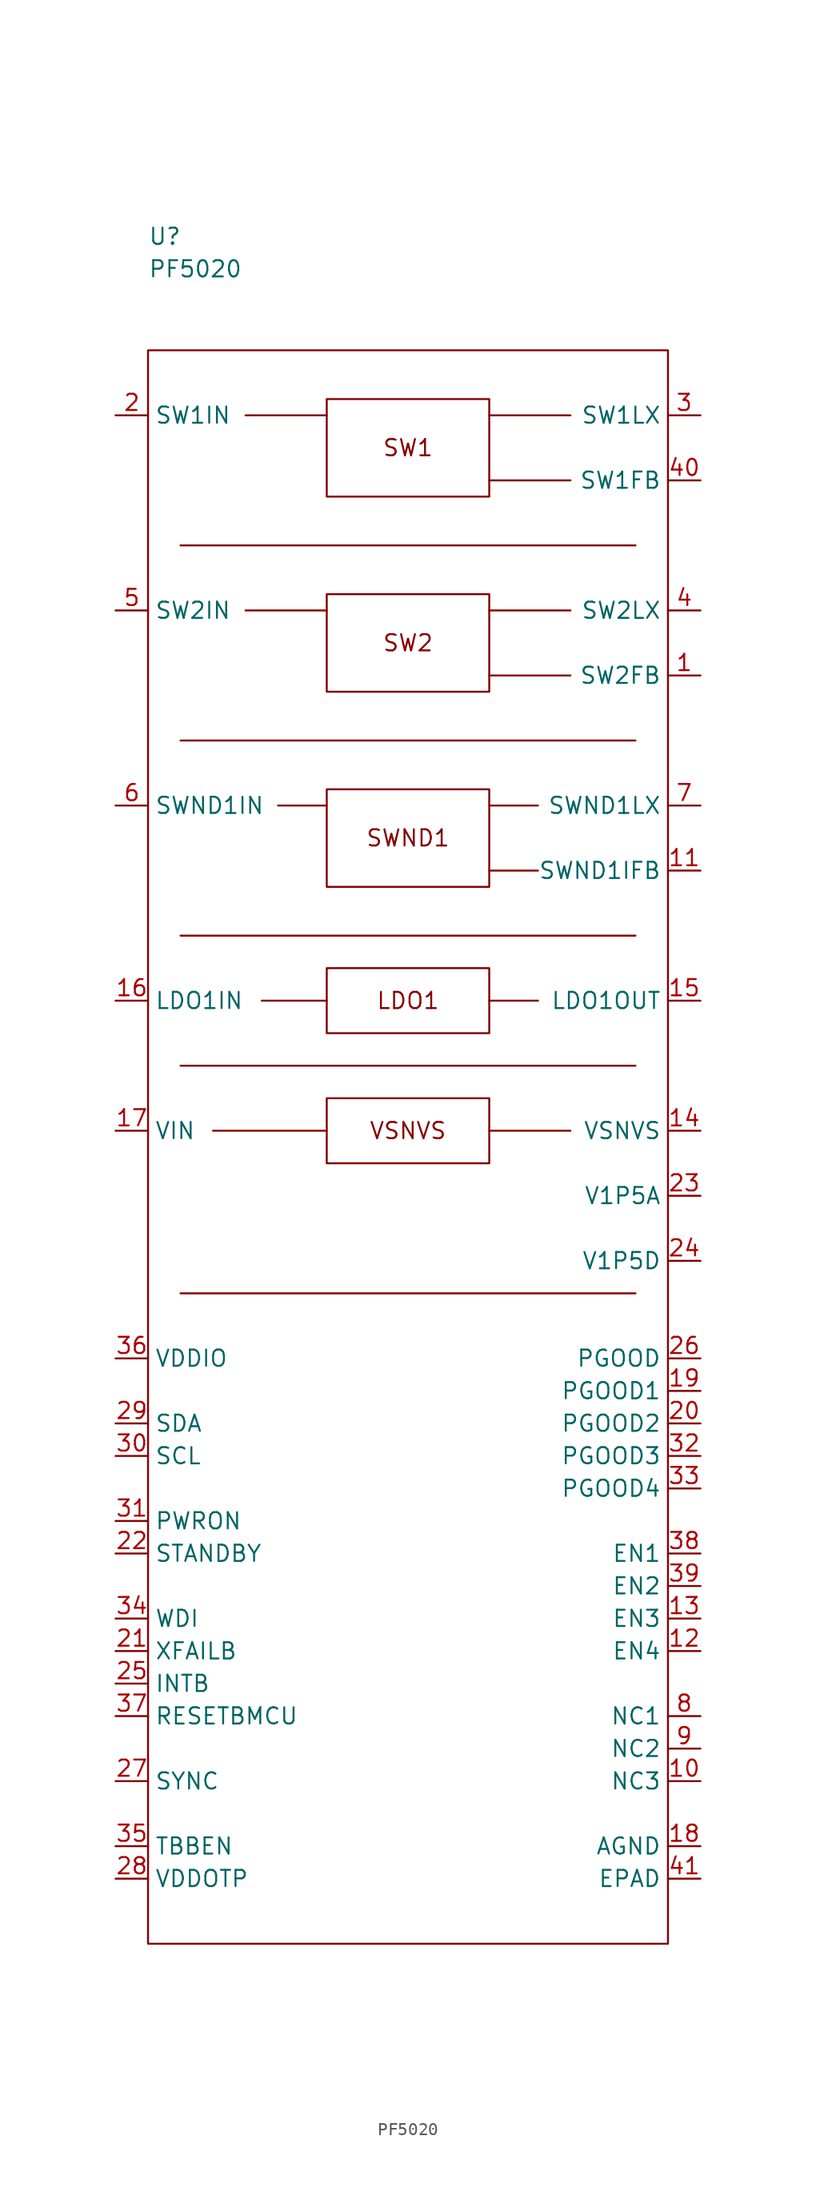
<source format=kicad_sym>
(kicad_symbol_lib
  (version 20211014)
  (generator kicad_symbol_editor)
  (symbol "PF5020"
    (property "Reference" "U"
      (at 0 8.89 0)
      (effects (font (size 1.27 1.27)) (justify left)))
    (property "Value" "PF5020"
      (at 0 6.35 0)
      (effects (font (size 1.27 1.27)) (justify left)))
    (symbol "PF5020_0_0"
      (polyline (pts (xy 2.54 -73.66) (xy 38.1 -73.66)) (stroke (width 0.152) (type default) (color 0 0 0 0)) (fill (type none)))
      (polyline (pts (xy 2.54 -55.88) (xy 38.1 -55.88)) (stroke (width 0.152) (type default) (color 0 0 0 0)) (fill (type none)))
      (polyline (pts (xy 2.54 -45.72) (xy 38.1 -45.72)) (stroke (width 0.152) (type default) (color 0 0 0 0)) (fill (type none)))
      (polyline (pts (xy 2.54 -30.48) (xy 38.1 -30.48)) (stroke (width 0.152) (type default) (color 0 0 0 0)) (fill (type none)))
      (polyline (pts (xy 2.54 -15.24) (xy 38.1 -15.24)) (stroke (width 0.152) (type default) (color 0 0 0 0)) (fill (type none)))
      (polyline (pts (xy 7.62 -20.32) (xy 13.97 -20.32)) (stroke (width 0.152) (type default) (color 0 0 0 0)) (fill (type none)))
      (polyline (pts (xy 7.62 -5.08) (xy 13.97 -5.08)) (stroke (width 0.152) (type default) (color 0 0 0 0)) (fill (type none)))
      (polyline (pts (xy 8.89 -50.8) (xy 13.97 -50.8)) (stroke (width 0.152) (type default) (color 0 0 0 0)) (fill (type none)))
      (polyline (pts (xy 10.16 -35.56) (xy 13.97 -35.56)) (stroke (width 0.152) (type default) (color 0 0 0 0)) (fill (type none)))
      (polyline (pts (xy 13.97 -60.96) (xy 5.08 -60.96)) (stroke (width 0.152) (type default) (color 0 0 0 0)) (fill (type none)))
      (polyline (pts (xy 30.48 -50.8) (xy 26.67 -50.8)) (stroke (width 0.152) (type default) (color 0 0 0 0)) (fill (type none)))
      (polyline (pts (xy 30.48 -40.64) (xy 26.67 -40.64)) (stroke (width 0.152) (type default) (color 0 0 0 0)) (fill (type none)))
      (polyline (pts (xy 30.48 -35.56) (xy 26.67 -35.56)) (stroke (width 0.152) (type default) (color 0 0 0 0)) (fill (type none)))
      (polyline (pts (xy 33.02 -60.96) (xy 26.67 -60.96)) (stroke (width 0.152) (type default) (color 0 0 0 0)) (fill (type none)))
      (polyline (pts (xy 33.02 -25.4) (xy 26.67 -25.4)) (stroke (width 0.152) (type default) (color 0 0 0 0)) (fill (type none)))
      (polyline (pts (xy 33.02 -20.32) (xy 26.67 -20.32)) (stroke (width 0.152) (type default) (color 0 0 0 0)) (fill (type none)))
      (polyline (pts (xy 33.02 -10.16) (xy 26.67 -10.16)) (stroke (width 0.152) (type default) (color 0 0 0 0)) (fill (type none)))
      (polyline (pts (xy 33.02 -5.08) (xy 26.67 -5.08)) (stroke (width 0.152) (type default) (color 0 0 0 0)) (fill (type none)))
      (rectangle (start 0 0) (end 40.64 -124.46) (stroke (width 0.152) (type default) (color 0 0 0 0)) (fill (type none)))
      (rectangle (start 13.97 -58.42) (end 26.67 -63.5) (stroke (width 0.152) (type default) (color 0 0 0 0)) (fill (type none)))
      (rectangle (start 13.97 -48.26) (end 26.67 -53.34) (stroke (width 0.152) (type default) (color 0 0 0 0)) (fill (type none)))
      (rectangle (start 13.97 -34.29) (end 26.67 -41.91) (stroke (width 0.152) (type default) (color 0 0 0 0)) (fill (type none)))
      (rectangle (start 13.97 -19.05) (end 26.67 -26.67) (stroke (width 0.152) (type default) (color 0 0 0 0)) (fill (type none)))
      (rectangle (start 13.97 -3.81) (end 26.67 -11.43) (stroke (width 0.152) (type default) (color 0 0 0 0)) (fill (type none)))
      (text "LDO1" (at 20.32 -50.8 0) (effects (font (size 1.27 1.27))))
      (text "SW1" (at 20.32 -7.62 0) (effects (font (size 1.27 1.27))))
      (text "SW2" (at 20.32 -22.86 0) (effects (font (size 1.27 1.27))))
      (text "SWND1" (at 20.32 -38.1 0) (effects (font (size 1.27 1.27))))
      (text "VSNVS" (at 20.32 -60.96 0) (effects (font (size 1.27 1.27))))
      (pin passive line (at 43.18 -25.4 180) (length 2.54) (name "SW2FB" (effects (font (size 1.27 1.27)))) (number "1" (effects (font (size 1.27 1.27)))))
      (pin passive line (at 43.18 -111.76 180) (length 2.54) (name "NC3" (effects (font (size 1.27 1.27)))) (number "10" (effects (font (size 1.27 1.27)))))
      (pin passive line (at 43.18 -40.64 180) (length 2.54) (name "SWND1IFB" (effects (font (size 1.27 1.27)))) (number "11" (effects (font (size 1.27 1.27)))))
      (pin passive line (at 43.18 -101.6 180) (length 2.54) (name "EN4" (effects (font (size 1.27 1.27)))) (number "12" (effects (font (size 1.27 1.27)))))
      (pin passive line (at 43.18 -99.06 180) (length 2.54) (name "EN3" (effects (font (size 1.27 1.27)))) (number "13" (effects (font (size 1.27 1.27)))))
      (pin passive line (at 43.18 -60.96 180) (length 2.54) (name "VSNVS" (effects (font (size 1.27 1.27)))) (number "14" (effects (font (size 1.27 1.27)))))
      (pin passive line (at 43.18 -50.8 180) (length 2.54) (name "LDO1OUT" (effects (font (size 1.27 1.27)))) (number "15" (effects (font (size 1.27 1.27)))))
      (pin passive line (at -2.54 -50.8 0) (length 2.54) (name "LDO1IN" (effects (font (size 1.27 1.27)))) (number "16" (effects (font (size 1.27 1.27)))))
      (pin passive line (at -2.54 -60.96 0) (length 2.54) (name "VIN" (effects (font (size 1.27 1.27)))) (number "17" (effects (font (size 1.27 1.27)))))
      (pin passive line (at 43.18 -116.84 180) (length 2.54) (name "AGND" (effects (font (size 1.27 1.27)))) (number "18" (effects (font (size 1.27 1.27)))))
      (pin passive line (at 43.18 -81.28 180) (length 2.54) (name "PGOOD1" (effects (font (size 1.27 1.27)))) (number "19" (effects (font (size 1.27 1.27)))))
      (pin passive line (at -2.54 -5.08 0) (length 2.54) (name "SW1IN" (effects (font (size 1.27 1.27)))) (number "2" (effects (font (size 1.27 1.27)))))
      (pin passive line (at 43.18 -83.82 180) (length 2.54) (name "PGOOD2" (effects (font (size 1.27 1.27)))) (number "20" (effects (font (size 1.27 1.27)))))
      (pin passive line (at -2.54 -101.6 0) (length 2.54) (name "XFAILB" (effects (font (size 1.27 1.27)))) (number "21" (effects (font (size 1.27 1.27)))))
      (pin passive line (at -2.54 -93.98 0) (length 2.54) (name "STANDBY" (effects (font (size 1.27 1.27)))) (number "22" (effects (font (size 1.27 1.27)))))
      (pin passive line (at 43.18 -66.04 180) (length 2.54) (name "V1P5A" (effects (font (size 1.27 1.27)))) (number "23" (effects (font (size 1.27 1.27)))))
      (pin passive line (at 43.18 -71.12 180) (length 2.54) (name "V1P5D" (effects (font (size 1.27 1.27)))) (number "24" (effects (font (size 1.27 1.27)))))
      (pin passive line (at -2.54 -104.14 0) (length 2.54) (name "INTB" (effects (font (size 1.27 1.27)))) (number "25" (effects (font (size 1.27 1.27)))))
      (pin passive line (at 43.18 -78.74 180) (length 2.54) (name "PGOOD" (effects (font (size 1.27 1.27)))) (number "26" (effects (font (size 1.27 1.27)))))
      (pin passive line (at -2.54 -111.76 0) (length 2.54) (name "SYNC" (effects (font (size 1.27 1.27)))) (number "27" (effects (font (size 1.27 1.27)))))
      (pin passive line (at -2.54 -119.38 0) (length 2.54) (name "VDDOTP" (effects (font (size 1.27 1.27)))) (number "28" (effects (font (size 1.27 1.27)))))
      (pin passive line (at -2.54 -83.82 0) (length 2.54) (name "SDA" (effects (font (size 1.27 1.27)))) (number "29" (effects (font (size 1.27 1.27)))))
      (pin passive line (at 43.18 -5.08 180) (length 2.54) (name "SW1LX" (effects (font (size 1.27 1.27)))) (number "3" (effects (font (size 1.27 1.27)))))
      (pin passive line (at -2.54 -86.36 0) (length 2.54) (name "SCL" (effects (font (size 1.27 1.27)))) (number "30" (effects (font (size 1.27 1.27)))))
      (pin passive line (at -2.54 -91.44 0) (length 2.54) (name "PWRON" (effects (font (size 1.27 1.27)))) (number "31" (effects (font (size 1.27 1.27)))))
      (pin passive line (at 43.18 -86.36 180) (length 2.54) (name "PGOOD3" (effects (font (size 1.27 1.27)))) (number "32" (effects (font (size 1.27 1.27)))))
      (pin passive line (at 43.18 -88.9 180) (length 2.54) (name "PGOOD4" (effects (font (size 1.27 1.27)))) (number "33" (effects (font (size 1.27 1.27)))))
      (pin passive line (at -2.54 -99.06 0) (length 2.54) (name "WDI" (effects (font (size 1.27 1.27)))) (number "34" (effects (font (size 1.27 1.27)))))
      (pin passive line (at -2.54 -116.84 0) (length 2.54) (name "TBBEN" (effects (font (size 1.27 1.27)))) (number "35" (effects (font (size 1.27 1.27)))))
      (pin passive line (at -2.54 -78.74 0) (length 2.54) (name "VDDIO" (effects (font (size 1.27 1.27)))) (number "36" (effects (font (size 1.27 1.27)))))
      (pin passive line (at -2.54 -106.68 0) (length 2.54) (name "RESETBMCU" (effects (font (size 1.27 1.27)))) (number "37" (effects (font (size 1.27 1.27)))))
      (pin passive line (at 43.18 -93.98 180) (length 2.54) (name "EN1" (effects (font (size 1.27 1.27)))) (number "38" (effects (font (size 1.27 1.27)))))
      (pin passive line (at 43.18 -96.52 180) (length 2.54) (name "EN2" (effects (font (size 1.27 1.27)))) (number "39" (effects (font (size 1.27 1.27)))))
      (pin passive line (at 43.18 -20.32 180) (length 2.54) (name "SW2LX" (effects (font (size 1.27 1.27)))) (number "4" (effects (font (size 1.27 1.27)))))
      (pin passive line (at 43.18 -10.16 180) (length 2.54) (name "SW1FB" (effects (font (size 1.27 1.27)))) (number "40" (effects (font (size 1.27 1.27)))))
      (pin passive line (at 43.18 -119.38 180) (length 2.54) (name "EPAD" (effects (font (size 1.27 1.27)))) (number "41" (effects (font (size 1.27 1.27)))))
      (pin passive line (at -2.54 -20.32 0) (length 2.54) (name "SW2IN" (effects (font (size 1.27 1.27)))) (number "5" (effects (font (size 1.27 1.27)))))
      (pin passive line (at -2.54 -35.56 0) (length 2.54) (name "SWND1IN" (effects (font (size 1.27 1.27)))) (number "6" (effects (font (size 1.27 1.27)))))
      (pin passive line (at 43.18 -35.56 180) (length 2.54) (name "SWND1LX" (effects (font (size 1.27 1.27)))) (number "7" (effects (font (size 1.27 1.27)))))
      (pin passive line (at 43.18 -106.68 180) (length 2.54) (name "NC1" (effects (font (size 1.27 1.27)))) (number "8" (effects (font (size 1.27 1.27)))))
      (pin passive line (at 43.18 -109.22 180) (length 2.54) (name "NC2" (effects (font (size 1.27 1.27)))) (number "9" (effects (font (size 1.27 1.27))))))))
</source>
